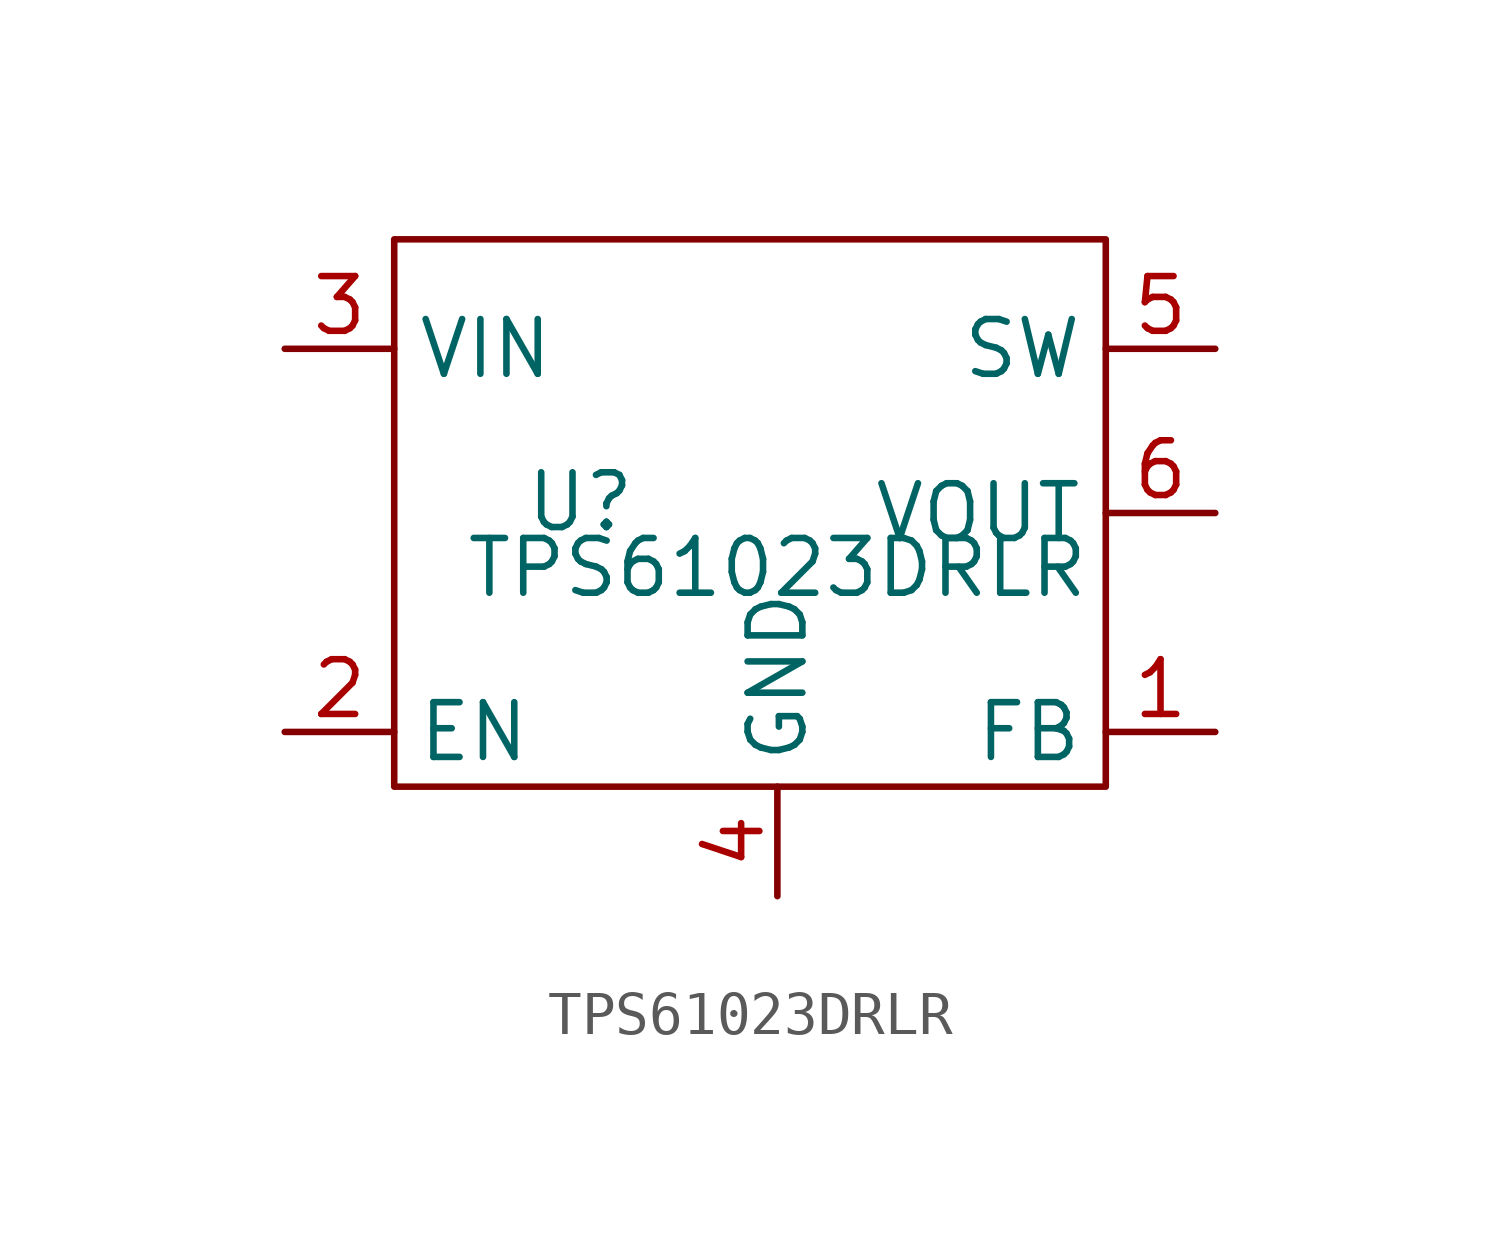
<source format=kicad_sym>
(kicad_symbol_lib
  (version 20231120)
  (generator "kicad_symbol_editor")
  (generator_version "8.0")
  (symbol "TPS61023DRLR"
    (property "Reference" "U"
      (at -4.572 1.524 0)
      (effects (font (size 1.27 1.27))))
    (property "Value" "TPS61023DRLR"
      (at 0 0 0)
      (effects (font (size 1.27 1.27))))
    (symbol "TPS61023DRLR_0_1"
      (rectangle (start -8.89 7.62) (end 7.62 -5.08) (stroke (width 0) (type default)) (fill (type none))))
    (symbol "TPS61023DRLR_1_1"
      (pin input line (at 10.16 -3.81 180) (length 2.54) (name "FB" (effects (font (size 1.27 1.27)))) (number "1" (effects (font (size 1.27 1.27)))))
      (pin input line (at -11.43 -3.81 0) (length 2.54) (name "EN" (effects (font (size 1.27 1.27)))) (number "2" (effects (font (size 1.27 1.27)))))
      (pin power_in line (at -11.43 5.08 0) (length 2.54) (name "VIN" (effects (font (size 1.27 1.27)))) (number "3" (effects (font (size 1.27 1.27)))))
      (pin power_out line (at 0 -7.62 90) (length 2.54) (name "GND" (effects (font (size 1.27 1.27)))) (number "4" (effects (font (size 1.27 1.27)))))
      (pin power_out line (at 10.16 5.08 180) (length 2.54) (name "SW" (effects (font (size 1.27 1.27)))) (number "5" (effects (font (size 1.27 1.27)))))
      (pin power_out line (at 10.16 1.27 180) (length 2.54) (name "VOUT" (effects (font (size 1.27 1.27)))) (number "6" (effects (font (size 1.27 1.27))))))))
</source>
